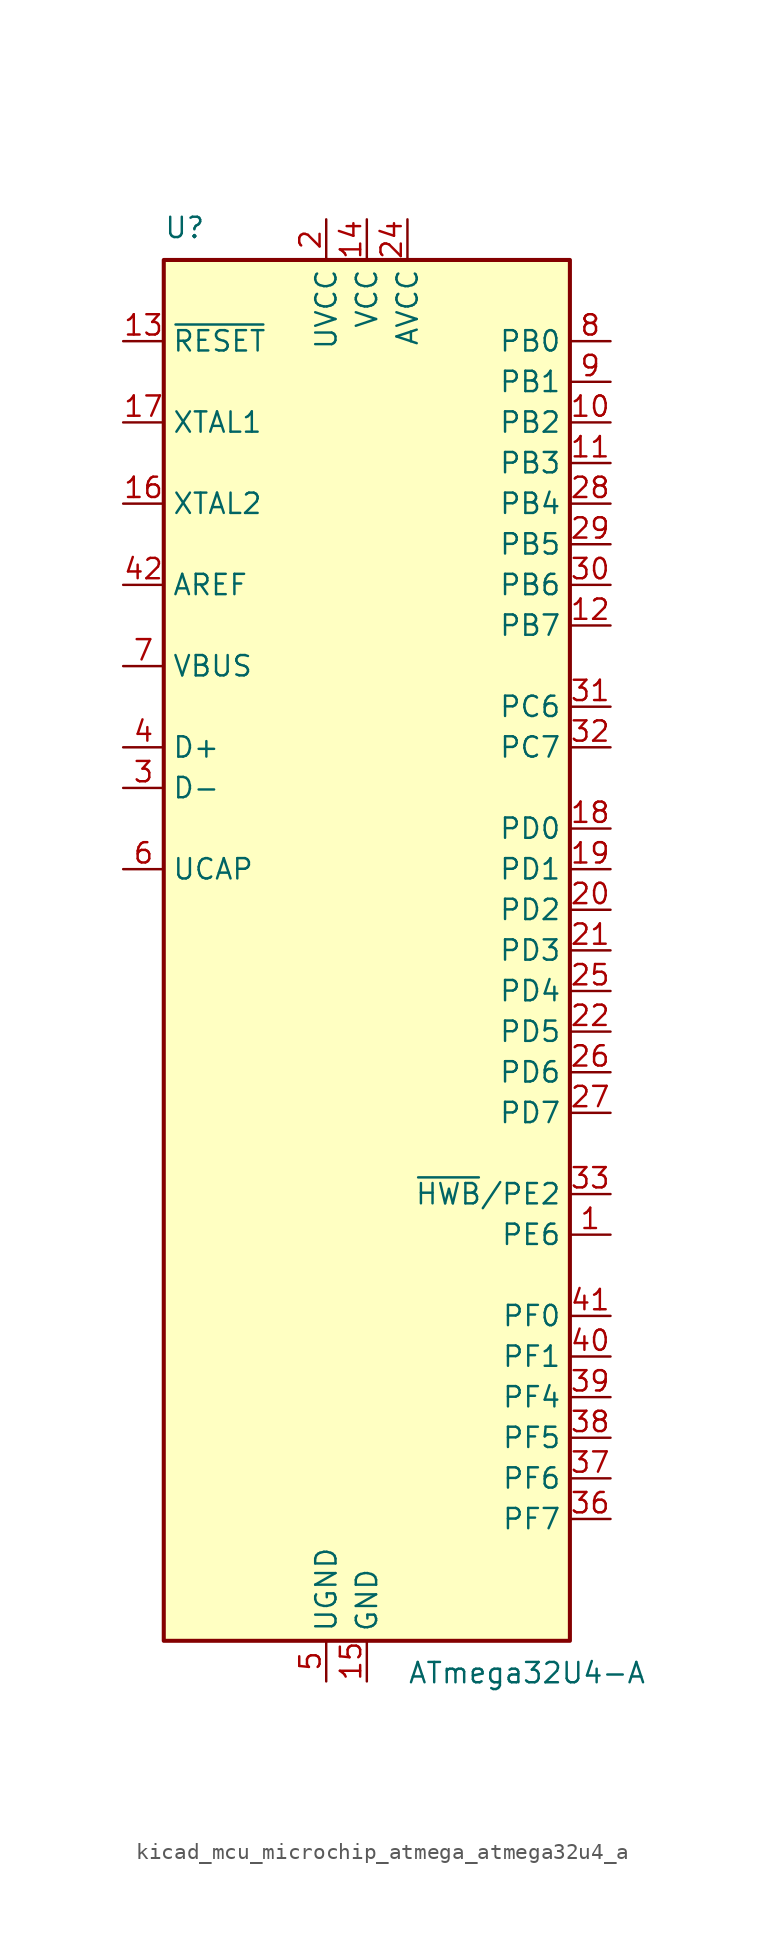
<source format=kicad_sym>
(kicad_symbol_lib
  (version 20220914)
  (generator kicad_symbol_editor)
  (symbol "kicad_mcu_microchip_atmega_atmega32u4_a"
    (property "Reference" "U"
      (at -12.7 44.45 0)
      (effects (font (size 1.27 1.27)) (justify left bottom)))
    (property "Value" "ATmega32U4-A"
      (at 2.54 -44.45 0)
      (effects (font (size 1.27 1.27)) (justify left top)))
    (symbol "kicad_mcu_microchip_atmega_atmega32u4_a_0_1"
      (rectangle (start -12.7 -43.18) (end 12.7 43.18) (stroke (width 0.254) (type default)) (fill (type background))))
    (symbol "kicad_mcu_microchip_atmega_atmega32u4_a_1_1"
      (pin bidirectional line (at 15.24 -17.78 180) (length 2.54) (name "PE6" (effects (font (size 1.27 1.27)))) (number "1" (effects (font (size 1.27 1.27)))))
      (pin bidirectional line (at 15.24 33.02 180) (length 2.54) (name "PB2" (effects (font (size 1.27 1.27)))) (number "10" (effects (font (size 1.27 1.27)))))
      (pin bidirectional line (at 15.24 30.48 180) (length 2.54) (name "PB3" (effects (font (size 1.27 1.27)))) (number "11" (effects (font (size 1.27 1.27)))))
      (pin bidirectional line (at 15.24 20.32 180) (length 2.54) (name "PB7" (effects (font (size 1.27 1.27)))) (number "12" (effects (font (size 1.27 1.27)))))
      (pin input line (at -15.24 38.1 0) (length 2.54) (name "~{RESET}" (effects (font (size 1.27 1.27)))) (number "13" (effects (font (size 1.27 1.27)))))
      (pin power_in line (at 0 45.72 270) (length 2.54) (name "VCC" (effects (font (size 1.27 1.27)))) (number "14" (effects (font (size 1.27 1.27)))))
      (pin power_in line (at 0 -45.72 90) (length 2.54) (name "GND" (effects (font (size 1.27 1.27)))) (number "15" (effects (font (size 1.27 1.27)))))
      (pin output line (at -15.24 27.94 0) (length 2.54) (name "XTAL2" (effects (font (size 1.27 1.27)))) (number "16" (effects (font (size 1.27 1.27)))))
      (pin input line (at -15.24 33.02 0) (length 2.54) (name "XTAL1" (effects (font (size 1.27 1.27)))) (number "17" (effects (font (size 1.27 1.27)))))
      (pin bidirectional line (at 15.24 7.62 180) (length 2.54) (name "PD0" (effects (font (size 1.27 1.27)))) (number "18" (effects (font (size 1.27 1.27)))))
      (pin bidirectional line (at 15.24 5.08 180) (length 2.54) (name "PD1" (effects (font (size 1.27 1.27)))) (number "19" (effects (font (size 1.27 1.27)))))
      (pin power_in line (at -2.54 45.72 270) (length 2.54) (name "UVCC" (effects (font (size 1.27 1.27)))) (number "2" (effects (font (size 1.27 1.27)))))
      (pin bidirectional line (at 15.24 2.54 180) (length 2.54) (name "PD2" (effects (font (size 1.27 1.27)))) (number "20" (effects (font (size 1.27 1.27)))))
      (pin bidirectional line (at 15.24 0 180) (length 2.54) (name "PD3" (effects (font (size 1.27 1.27)))) (number "21" (effects (font (size 1.27 1.27)))))
      (pin bidirectional line (at 15.24 -5.08 180) (length 2.54) (name "PD5" (effects (font (size 1.27 1.27)))) (number "22" (effects (font (size 1.27 1.27)))))
      (pin passive line (at 0 -45.72 90) (length 2.54) hide (name "GND" (effects (font (size 1.27 1.27)))) (number "23" (effects (font (size 1.27 1.27)))))
      (pin power_in line (at 2.54 45.72 270) (length 2.54) (name "AVCC" (effects (font (size 1.27 1.27)))) (number "24" (effects (font (size 1.27 1.27)))))
      (pin bidirectional line (at 15.24 -2.54 180) (length 2.54) (name "PD4" (effects (font (size 1.27 1.27)))) (number "25" (effects (font (size 1.27 1.27)))))
      (pin bidirectional line (at 15.24 -7.62 180) (length 2.54) (name "PD6" (effects (font (size 1.27 1.27)))) (number "26" (effects (font (size 1.27 1.27)))))
      (pin bidirectional line (at 15.24 -10.16 180) (length 2.54) (name "PD7" (effects (font (size 1.27 1.27)))) (number "27" (effects (font (size 1.27 1.27)))))
      (pin bidirectional line (at 15.24 27.94 180) (length 2.54) (name "PB4" (effects (font (size 1.27 1.27)))) (number "28" (effects (font (size 1.27 1.27)))))
      (pin bidirectional line (at 15.24 25.4 180) (length 2.54) (name "PB5" (effects (font (size 1.27 1.27)))) (number "29" (effects (font (size 1.27 1.27)))))
      (pin bidirectional line (at -15.24 10.16 0) (length 2.54) (name "D-" (effects (font (size 1.27 1.27)))) (number "3" (effects (font (size 1.27 1.27)))))
      (pin bidirectional line (at 15.24 22.86 180) (length 2.54) (name "PB6" (effects (font (size 1.27 1.27)))) (number "30" (effects (font (size 1.27 1.27)))))
      (pin bidirectional line (at 15.24 15.24 180) (length 2.54) (name "PC6" (effects (font (size 1.27 1.27)))) (number "31" (effects (font (size 1.27 1.27)))))
      (pin bidirectional line (at 15.24 12.7 180) (length 2.54) (name "PC7" (effects (font (size 1.27 1.27)))) (number "32" (effects (font (size 1.27 1.27)))))
      (pin bidirectional line (at 15.24 -15.24 180) (length 2.54) (name "~{HWB}/PE2" (effects (font (size 1.27 1.27)))) (number "33" (effects (font (size 1.27 1.27)))))
      (pin passive line (at 0 45.72 270) (length 2.54) hide (name "VCC" (effects (font (size 1.27 1.27)))) (number "34" (effects (font (size 1.27 1.27)))))
      (pin passive line (at 0 -45.72 90) (length 2.54) hide (name "GND" (effects (font (size 1.27 1.27)))) (number "35" (effects (font (size 1.27 1.27)))))
      (pin bidirectional line (at 15.24 -35.56 180) (length 2.54) (name "PF7" (effects (font (size 1.27 1.27)))) (number "36" (effects (font (size 1.27 1.27)))))
      (pin bidirectional line (at 15.24 -33.02 180) (length 2.54) (name "PF6" (effects (font (size 1.27 1.27)))) (number "37" (effects (font (size 1.27 1.27)))))
      (pin bidirectional line (at 15.24 -30.48 180) (length 2.54) (name "PF5" (effects (font (size 1.27 1.27)))) (number "38" (effects (font (size 1.27 1.27)))))
      (pin bidirectional line (at 15.24 -27.94 180) (length 2.54) (name "PF4" (effects (font (size 1.27 1.27)))) (number "39" (effects (font (size 1.27 1.27)))))
      (pin bidirectional line (at -15.24 12.7 0) (length 2.54) (name "D+" (effects (font (size 1.27 1.27)))) (number "4" (effects (font (size 1.27 1.27)))))
      (pin bidirectional line (at 15.24 -25.4 180) (length 2.54) (name "PF1" (effects (font (size 1.27 1.27)))) (number "40" (effects (font (size 1.27 1.27)))))
      (pin bidirectional line (at 15.24 -22.86 180) (length 2.54) (name "PF0" (effects (font (size 1.27 1.27)))) (number "41" (effects (font (size 1.27 1.27)))))
      (pin passive line (at -15.24 22.86 0) (length 2.54) (name "AREF" (effects (font (size 1.27 1.27)))) (number "42" (effects (font (size 1.27 1.27)))))
      (pin passive line (at 0 -45.72 90) (length 2.54) hide (name "GND" (effects (font (size 1.27 1.27)))) (number "43" (effects (font (size 1.27 1.27)))))
      (pin passive line (at 2.54 45.72 270) (length 2.54) hide (name "AVCC" (effects (font (size 1.27 1.27)))) (number "44" (effects (font (size 1.27 1.27)))))
      (pin passive line (at -2.54 -45.72 90) (length 2.54) (name "UGND" (effects (font (size 1.27 1.27)))) (number "5" (effects (font (size 1.27 1.27)))))
      (pin passive line (at -15.24 5.08 0) (length 2.54) (name "UCAP" (effects (font (size 1.27 1.27)))) (number "6" (effects (font (size 1.27 1.27)))))
      (pin input line (at -15.24 17.78 0) (length 2.54) (name "VBUS" (effects (font (size 1.27 1.27)))) (number "7" (effects (font (size 1.27 1.27)))))
      (pin bidirectional line (at 15.24 38.1 180) (length 2.54) (name "PB0" (effects (font (size 1.27 1.27)))) (number "8" (effects (font (size 1.27 1.27)))))
      (pin bidirectional line (at 15.24 35.56 180) (length 2.54) (name "PB1" (effects (font (size 1.27 1.27)))) (number "9" (effects (font (size 1.27 1.27))))))))
</source>
